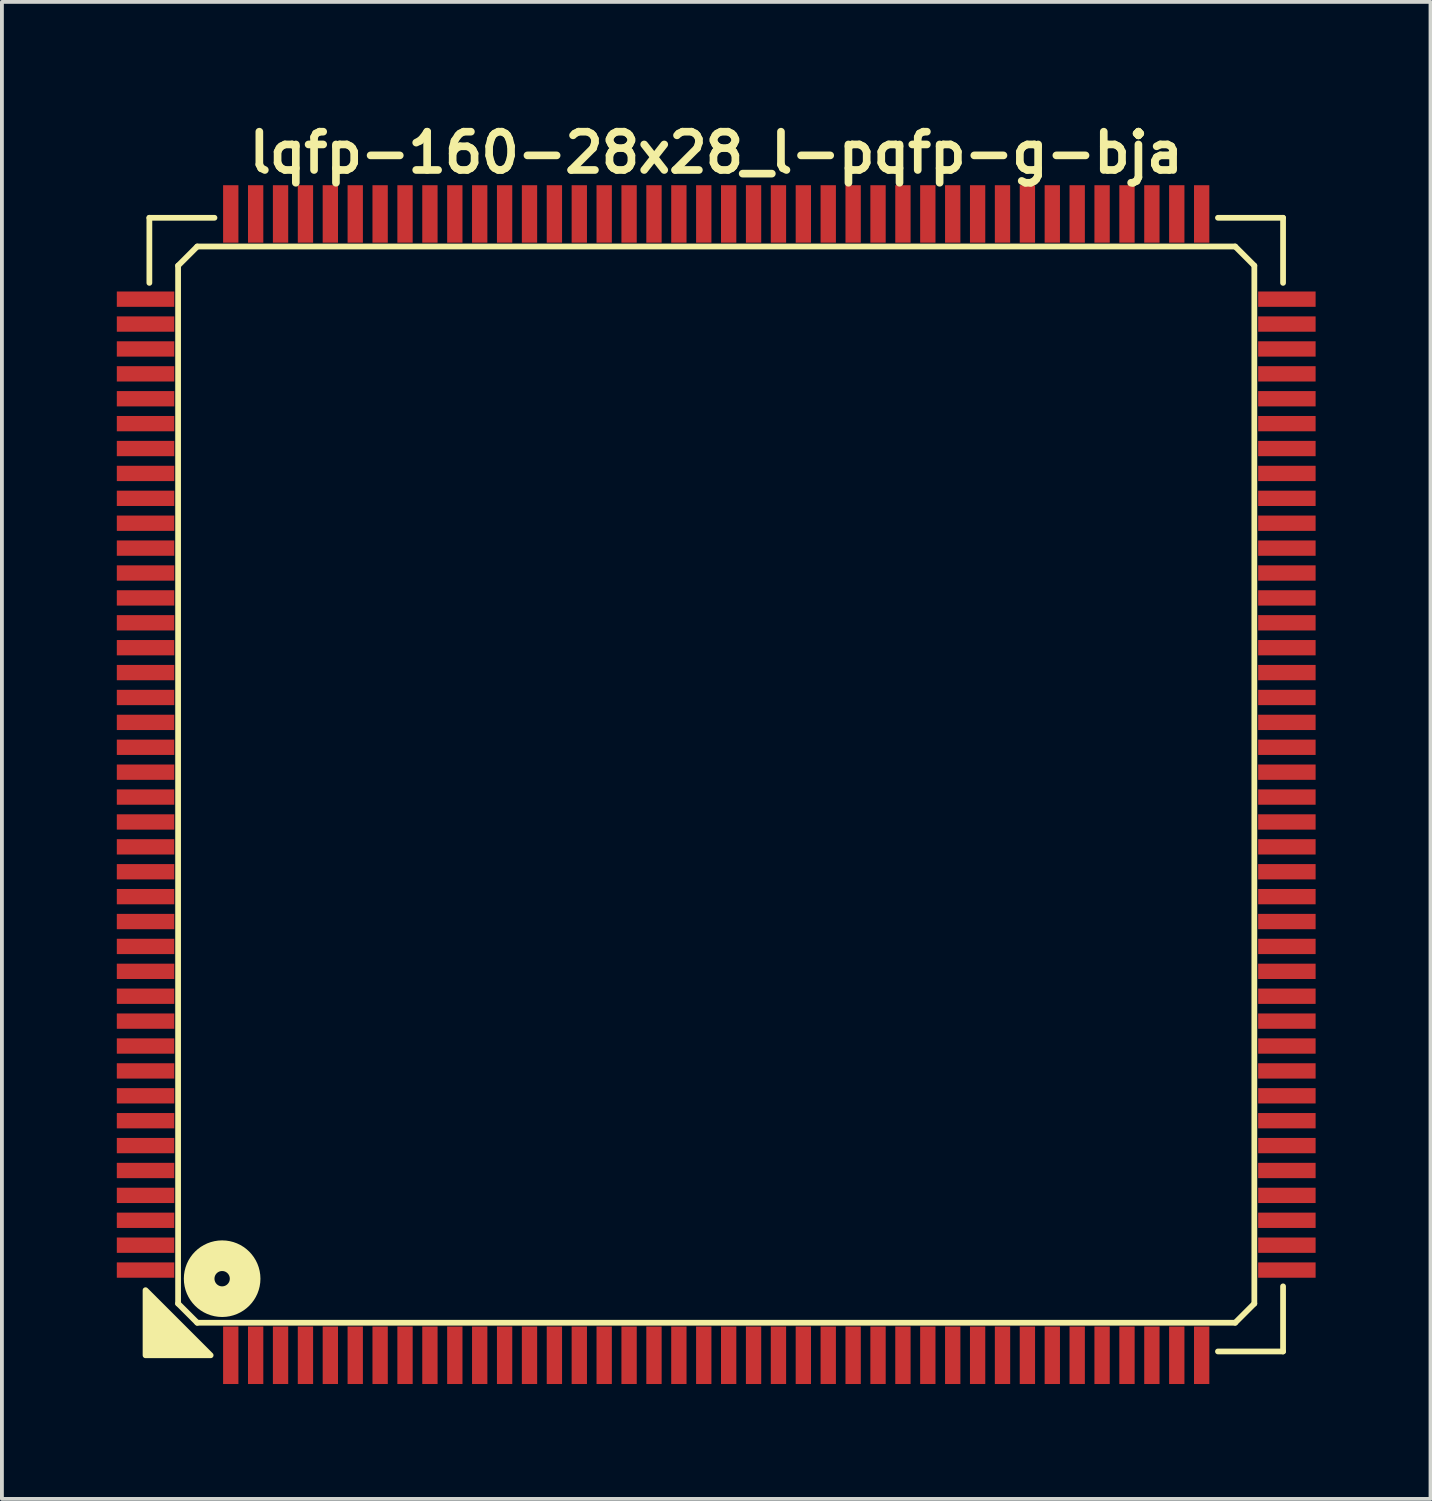
<source format=kicad_pcb>
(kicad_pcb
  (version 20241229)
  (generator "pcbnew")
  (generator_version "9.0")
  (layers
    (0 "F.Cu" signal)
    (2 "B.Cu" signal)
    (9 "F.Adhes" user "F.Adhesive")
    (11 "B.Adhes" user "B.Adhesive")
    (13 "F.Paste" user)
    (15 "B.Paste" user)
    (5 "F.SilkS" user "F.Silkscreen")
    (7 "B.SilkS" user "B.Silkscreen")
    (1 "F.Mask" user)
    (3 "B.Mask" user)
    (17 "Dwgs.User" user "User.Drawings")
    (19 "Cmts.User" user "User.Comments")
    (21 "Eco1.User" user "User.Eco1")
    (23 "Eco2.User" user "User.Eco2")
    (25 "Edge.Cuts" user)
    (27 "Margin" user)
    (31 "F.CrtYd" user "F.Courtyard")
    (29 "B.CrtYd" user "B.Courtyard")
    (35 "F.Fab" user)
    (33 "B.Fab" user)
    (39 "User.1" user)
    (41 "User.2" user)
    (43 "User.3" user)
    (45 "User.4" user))
  (footprint "lqfp-160-28x28_l-pqfp-g-bja"
    (layer "F.Cu")
    (at 15.65 17.436)
    (property "Reference" "lqfp-160-28x28_l-pqfp-g-bja" (at 0 -16.5 0) (layer "F.SilkS") (effects (font (size 1 1) (thickness 0.2))))
    (attr smd)
    (fp_line (start -14.8 -14.8) (end -13.1 -14.8) (stroke (width 0.15) (type solid)) (layer "F.SilkS"))
    (fp_line (start -14.8 -13.1) (end -14.8 -14.8) (stroke (width 0.15) (type solid)) (layer "F.SilkS"))
    (fp_line (start -14.05 -13.55) (end -13.55 -14.05) (stroke (width 0.15) (type solid)) (layer "F.SilkS"))
    (fp_line (start -14.05 13.55) (end -14.05 -13.55) (stroke (width 0.15) (type solid)) (layer "F.SilkS"))
    (fp_line (start -13.55 -14.05) (end 13.55 -14.05) (stroke (width 0.15) (type solid)) (layer "F.SilkS"))
    (fp_line (start -13.55 14.05) (end -14.05 13.55) (stroke (width 0.15) (type solid)) (layer "F.SilkS"))
    (fp_line (start 13.1 -14.8) (end 14.8 -14.8) (stroke (width 0.15) (type solid)) (layer "F.SilkS"))
    (fp_line (start 13.55 -14.05) (end 14.05 -13.55) (stroke (width 0.15) (type solid)) (layer "F.SilkS"))
    (fp_line (start 13.55 14.05) (end -13.55 14.05) (stroke (width 0.15) (type solid)) (layer "F.SilkS"))
    (fp_line (start 14.05 -13.55) (end 14.05 13.55) (stroke (width 0.15) (type solid)) (layer "F.SilkS"))
    (fp_line (start 14.05 13.55) (end 13.55 14.05) (stroke (width 0.15) (type solid)) (layer "F.SilkS"))
    (fp_line (start 14.8 -14.8) (end 14.8 -13.1) (stroke (width 0.15) (type solid)) (layer "F.SilkS"))
    (fp_line (start 14.8 13.1) (end 14.8 14.8) (stroke (width 0.15) (type solid)) (layer "F.SilkS"))
    (fp_line (start 14.8 14.8) (end 13.1 14.8) (stroke (width 0.15) (type solid)) (layer "F.SilkS"))
    (fp_circle (center -12.9 12.9) (end -12.7 12.9) (stroke (width 0.8) (type solid)) (fill no) (layer "F.SilkS"))
    (fp_poly (pts (xy -13.2 14.9) (xy -14.9 14.9) (xy -14.9 13.2)) (stroke (width 0.15) (type solid)) (fill yes) (layer "F.SilkS"))
    (pad "1" smd rect (at -12.675 14.9) (size 0.4 1.5) (layers "F.Cu" "F.Mask" "F.Paste"))
    (pad "2" smd rect (at -12.025 14.9) (size 0.4 1.5) (layers "F.Cu" "F.Mask" "F.Paste"))
    (pad "3" smd rect (at -11.375 14.9) (size 0.4 1.5) (layers "F.Cu" "F.Mask" "F.Paste"))
    (pad "4" smd rect (at -10.725 14.9) (size 0.4 1.5) (layers "F.Cu" "F.Mask" "F.Paste"))
    (pad "5" smd rect (at -10.075 14.9) (size 0.4 1.5) (layers "F.Cu" "F.Mask" "F.Paste"))
    (pad "6" smd rect (at -9.425 14.9) (size 0.4 1.5) (layers "F.Cu" "F.Mask" "F.Paste"))
    (pad "7" smd rect (at -8.775 14.9) (size 0.4 1.5) (layers "F.Cu" "F.Mask" "F.Paste"))
    (pad "8" smd rect (at -8.125 14.9) (size 0.4 1.5) (layers "F.Cu" "F.Mask" "F.Paste"))
    (pad "9" smd rect (at -7.475 14.9) (size 0.4 1.5) (layers "F.Cu" "F.Mask" "F.Paste"))
    (pad "10" smd rect (at -6.825 14.9) (size 0.4 1.5) (layers "F.Cu" "F.Mask" "F.Paste"))
    (pad "11" smd rect (at -6.175 14.9) (size 0.4 1.5) (layers "F.Cu" "F.Mask" "F.Paste"))
    (pad "12" smd rect (at -5.525 14.9) (size 0.4 1.5) (layers "F.Cu" "F.Mask" "F.Paste"))
    (pad "13" smd rect (at -4.875 14.9) (size 0.4 1.5) (layers "F.Cu" "F.Mask" "F.Paste"))
    (pad "14" smd rect (at -4.225 14.9) (size 0.4 1.5) (layers "F.Cu" "F.Mask" "F.Paste"))
    (pad "15" smd rect (at -3.575 14.9) (size 0.4 1.5) (layers "F.Cu" "F.Mask" "F.Paste"))
    (pad "16" smd rect (at -2.925 14.9) (size 0.4 1.5) (layers "F.Cu" "F.Mask" "F.Paste"))
    (pad "17" smd rect (at -2.275 14.9) (size 0.4 1.5) (layers "F.Cu" "F.Mask" "F.Paste"))
    (pad "18" smd rect (at -1.625 14.9) (size 0.4 1.5) (layers "F.Cu" "F.Mask" "F.Paste"))
    (pad "19" smd rect (at -0.975 14.9) (size 0.4 1.5) (layers "F.Cu" "F.Mask" "F.Paste"))
    (pad "20" smd rect (at -0.325 14.9) (size 0.4 1.5) (layers "F.Cu" "F.Mask" "F.Paste"))
    (pad "21" smd rect (at 0.325 14.9) (size 0.4 1.5) (layers "F.Cu" "F.Mask" "F.Paste"))
    (pad "22" smd rect (at 0.975 14.9) (size 0.4 1.5) (layers "F.Cu" "F.Mask" "F.Paste"))
    (pad "23" smd rect (at 1.625 14.9) (size 0.4 1.5) (layers "F.Cu" "F.Mask" "F.Paste"))
    (pad "24" smd rect (at 2.275 14.9) (size 0.4 1.5) (layers "F.Cu" "F.Mask" "F.Paste"))
    (pad "25" smd rect (at 2.925 14.9) (size 0.4 1.5) (layers "F.Cu" "F.Mask" "F.Paste"))
    (pad "26" smd rect (at 3.575 14.9) (size 0.4 1.5) (layers "F.Cu" "F.Mask" "F.Paste"))
    (pad "27" smd rect (at 4.225 14.9) (size 0.4 1.5) (layers "F.Cu" "F.Mask" "F.Paste"))
    (pad "28" smd rect (at 4.875 14.9) (size 0.4 1.5) (layers "F.Cu" "F.Mask" "F.Paste"))
    (pad "29" smd rect (at 5.525 14.9) (size 0.4 1.5) (layers "F.Cu" "F.Mask" "F.Paste"))
    (pad "30" smd rect (at 6.175 14.9) (size 0.4 1.5) (layers "F.Cu" "F.Mask" "F.Paste"))
    (pad "31" smd rect (at 6.825 14.9) (size 0.4 1.5) (layers "F.Cu" "F.Mask" "F.Paste"))
    (pad "32" smd rect (at 7.475 14.9) (size 0.4 1.5) (layers "F.Cu" "F.Mask" "F.Paste"))
    (pad "33" smd rect (at 8.125 14.9) (size 0.4 1.5) (layers "F.Cu" "F.Mask" "F.Paste"))
    (pad "34" smd rect (at 8.775 14.9) (size 0.4 1.5) (layers "F.Cu" "F.Mask" "F.Paste"))
    (pad "35" smd rect (at 9.425 14.9) (size 0.4 1.5) (layers "F.Cu" "F.Mask" "F.Paste"))
    (pad "36" smd rect (at 10.075 14.9) (size 0.4 1.5) (layers "F.Cu" "F.Mask" "F.Paste"))
    (pad "37" smd rect (at 10.725 14.9) (size 0.4 1.5) (layers "F.Cu" "F.Mask" "F.Paste"))
    (pad "38" smd rect (at 11.375 14.9) (size 0.4 1.5) (layers "F.Cu" "F.Mask" "F.Paste"))
    (pad "39" smd rect (at 12.025 14.9) (size 0.4 1.5) (layers "F.Cu" "F.Mask" "F.Paste"))
    (pad "40" smd rect (at 12.675 14.9) (size 0.4 1.5) (layers "F.Cu" "F.Mask" "F.Paste"))
    (pad "41" smd rect (at 14.9 12.675) (size 1.5 0.4) (layers "F.Cu" "F.Mask" "F.Paste"))
    (pad "42" smd rect (at 14.9 12.025) (size 1.5 0.4) (layers "F.Cu" "F.Mask" "F.Paste"))
    (pad "43" smd rect (at 14.9 11.375) (size 1.5 0.4) (layers "F.Cu" "F.Mask" "F.Paste"))
    (pad "44" smd rect (at 14.9 10.725) (size 1.5 0.4) (layers "F.Cu" "F.Mask" "F.Paste"))
    (pad "45" smd rect (at 14.9 10.075) (size 1.5 0.4) (layers "F.Cu" "F.Mask" "F.Paste"))
    (pad "46" smd rect (at 14.9 9.425) (size 1.5 0.4) (layers "F.Cu" "F.Mask" "F.Paste"))
    (pad "47" smd rect (at 14.9 8.775) (size 1.5 0.4) (layers "F.Cu" "F.Mask" "F.Paste"))
    (pad "48" smd rect (at 14.9 8.125) (size 1.5 0.4) (layers "F.Cu" "F.Mask" "F.Paste"))
    (pad "49" smd rect (at 14.9 7.475) (size 1.5 0.4) (layers "F.Cu" "F.Mask" "F.Paste"))
    (pad "50" smd rect (at 14.9 6.825) (size 1.5 0.4) (layers "F.Cu" "F.Mask" "F.Paste"))
    (pad "51" smd rect (at 14.9 6.175) (size 1.5 0.4) (layers "F.Cu" "F.Mask" "F.Paste"))
    (pad "52" smd rect (at 14.9 5.525) (size 1.5 0.4) (layers "F.Cu" "F.Mask" "F.Paste"))
    (pad "53" smd rect (at 14.9 4.875) (size 1.5 0.4) (layers "F.Cu" "F.Mask" "F.Paste"))
    (pad "54" smd rect (at 14.9 4.225) (size 1.5 0.4) (layers "F.Cu" "F.Mask" "F.Paste"))
    (pad "55" smd rect (at 14.9 3.575) (size 1.5 0.4) (layers "F.Cu" "F.Mask" "F.Paste"))
    (pad "56" smd rect (at 14.9 2.925) (size 1.5 0.4) (layers "F.Cu" "F.Mask" "F.Paste"))
    (pad "57" smd rect (at 14.9 2.275) (size 1.5 0.4) (layers "F.Cu" "F.Mask" "F.Paste"))
    (pad "58" smd rect (at 14.9 1.625) (size 1.5 0.4) (layers "F.Cu" "F.Mask" "F.Paste"))
    (pad "59" smd rect (at 14.9 0.975) (size 1.5 0.4) (layers "F.Cu" "F.Mask" "F.Paste"))
    (pad "60" smd rect (at 14.9 0.325) (size 1.5 0.4) (layers "F.Cu" "F.Mask" "F.Paste"))
    (pad "61" smd rect (at 14.9 -0.325) (size 1.5 0.4) (layers "F.Cu" "F.Mask" "F.Paste"))
    (pad "62" smd rect (at 14.9 -0.975) (size 1.5 0.4) (layers "F.Cu" "F.Mask" "F.Paste"))
    (pad "63" smd rect (at 14.9 -1.625) (size 1.5 0.4) (layers "F.Cu" "F.Mask" "F.Paste"))
    (pad "64" smd rect (at 14.9 -2.275) (size 1.5 0.4) (layers "F.Cu" "F.Mask" "F.Paste"))
    (pad "65" smd rect (at 14.9 -2.925) (size 1.5 0.4) (layers "F.Cu" "F.Mask" "F.Paste"))
    (pad "66" smd rect (at 14.9 -3.575) (size 1.5 0.4) (layers "F.Cu" "F.Mask" "F.Paste"))
    (pad "67" smd rect (at 14.9 -4.225) (size 1.5 0.4) (layers "F.Cu" "F.Mask" "F.Paste"))
    (pad "68" smd rect (at 14.9 -4.875) (size 1.5 0.4) (layers "F.Cu" "F.Mask" "F.Paste"))
    (pad "69" smd rect (at 14.9 -5.525) (size 1.5 0.4) (layers "F.Cu" "F.Mask" "F.Paste"))
    (pad "70" smd rect (at 14.9 -6.175) (size 1.5 0.4) (layers "F.Cu" "F.Mask" "F.Paste"))
    (pad "71" smd rect (at 14.9 -6.825) (size 1.5 0.4) (layers "F.Cu" "F.Mask" "F.Paste"))
    (pad "72" smd rect (at 14.9 -7.475) (size 1.5 0.4) (layers "F.Cu" "F.Mask" "F.Paste"))
    (pad "73" smd rect (at 14.9 -8.125) (size 1.5 0.4) (layers "F.Cu" "F.Mask" "F.Paste"))
    (pad "74" smd rect (at 14.9 -8.775) (size 1.5 0.4) (layers "F.Cu" "F.Mask" "F.Paste"))
    (pad "75" smd rect (at 14.9 -9.425) (size 1.5 0.4) (layers "F.Cu" "F.Mask" "F.Paste"))
    (pad "76" smd rect (at 14.9 -10.075) (size 1.5 0.4) (layers "F.Cu" "F.Mask" "F.Paste"))
    (pad "77" smd rect (at 14.9 -10.725) (size 1.5 0.4) (layers "F.Cu" "F.Mask" "F.Paste"))
    (pad "78" smd rect (at 14.9 -11.375) (size 1.5 0.4) (layers "F.Cu" "F.Mask" "F.Paste"))
    (pad "79" smd rect (at 14.9 -12.025) (size 1.5 0.4) (layers "F.Cu" "F.Mask" "F.Paste"))
    (pad "80" smd rect (at 14.9 -12.675) (size 1.5 0.4) (layers "F.Cu" "F.Mask" "F.Paste"))
    (pad "81" smd rect (at 12.675 -14.9) (size 0.4 1.5) (layers "F.Cu" "F.Mask" "F.Paste"))
    (pad "82" smd rect (at 12.025 -14.9) (size 0.4 1.5) (layers "F.Cu" "F.Mask" "F.Paste"))
    (pad "83" smd rect (at 11.375 -14.9) (size 0.4 1.5) (layers "F.Cu" "F.Mask" "F.Paste"))
    (pad "84" smd rect (at 10.725 -14.9) (size 0.4 1.5) (layers "F.Cu" "F.Mask" "F.Paste"))
    (pad "85" smd rect (at 10.075 -14.9) (size 0.4 1.5) (layers "F.Cu" "F.Mask" "F.Paste"))
    (pad "86" smd rect (at 9.425 -14.9) (size 0.4 1.5) (layers "F.Cu" "F.Mask" "F.Paste"))
    (pad "87" smd rect (at 8.775 -14.9) (size 0.4 1.5) (layers "F.Cu" "F.Mask" "F.Paste"))
    (pad "88" smd rect (at 8.125 -14.9) (size 0.4 1.5) (layers "F.Cu" "F.Mask" "F.Paste"))
    (pad "89" smd rect (at 7.475 -14.9) (size 0.4 1.5) (layers "F.Cu" "F.Mask" "F.Paste"))
    (pad "90" smd rect (at 6.825 -14.9) (size 0.4 1.5) (layers "F.Cu" "F.Mask" "F.Paste"))
    (pad "91" smd rect (at 6.175 -14.9) (size 0.4 1.5) (layers "F.Cu" "F.Mask" "F.Paste"))
    (pad "92" smd rect (at 5.525 -14.9) (size 0.4 1.5) (layers "F.Cu" "F.Mask" "F.Paste"))
    (pad "93" smd rect (at 4.875 -14.9) (size 0.4 1.5) (layers "F.Cu" "F.Mask" "F.Paste"))
    (pad "94" smd rect (at 4.225 -14.9) (size 0.4 1.5) (layers "F.Cu" "F.Mask" "F.Paste"))
    (pad "95" smd rect (at 3.575 -14.9) (size 0.4 1.5) (layers "F.Cu" "F.Mask" "F.Paste"))
    (pad "96" smd rect (at 2.925 -14.9) (size 0.4 1.5) (layers "F.Cu" "F.Mask" "F.Paste"))
    (pad "97" smd rect (at 2.275 -14.9) (size 0.4 1.5) (layers "F.Cu" "F.Mask" "F.Paste"))
    (pad "98" smd rect (at 1.625 -14.9) (size 0.4 1.5) (layers "F.Cu" "F.Mask" "F.Paste"))
    (pad "99" smd rect (at 0.975 -14.9) (size 0.4 1.5) (layers "F.Cu" "F.Mask" "F.Paste"))
    (pad "100" smd rect (at 0.325 -14.9) (size 0.4 1.5) (layers "F.Cu" "F.Mask" "F.Paste"))
    (pad "101" smd rect (at -0.325 -14.9) (size 0.4 1.5) (layers "F.Cu" "F.Mask" "F.Paste"))
    (pad "102" smd rect (at -0.975 -14.9) (size 0.4 1.5) (layers "F.Cu" "F.Mask" "F.Paste"))
    (pad "103" smd rect (at -1.625 -14.9) (size 0.4 1.5) (layers "F.Cu" "F.Mask" "F.Paste"))
    (pad "104" smd rect (at -2.275 -14.9) (size 0.4 1.5) (layers "F.Cu" "F.Mask" "F.Paste"))
    (pad "105" smd rect (at -2.925 -14.9) (size 0.4 1.5) (layers "F.Cu" "F.Mask" "F.Paste"))
    (pad "106" smd rect (at -3.575 -14.9) (size 0.4 1.5) (layers "F.Cu" "F.Mask" "F.Paste"))
    (pad "107" smd rect (at -4.225 -14.9) (size 0.4 1.5) (layers "F.Cu" "F.Mask" "F.Paste"))
    (pad "108" smd rect (at -4.875 -14.9) (size 0.4 1.5) (layers "F.Cu" "F.Mask" "F.Paste"))
    (pad "109" smd rect (at -5.525 -14.9) (size 0.4 1.5) (layers "F.Cu" "F.Mask" "F.Paste"))
    (pad "110" smd rect (at -6.175 -14.9) (size 0.4 1.5) (layers "F.Cu" "F.Mask" "F.Paste"))
    (pad "111" smd rect (at -6.825 -14.9) (size 0.4 1.5) (layers "F.Cu" "F.Mask" "F.Paste"))
    (pad "112" smd rect (at -7.475 -14.9) (size 0.4 1.5) (layers "F.Cu" "F.Mask" "F.Paste"))
    (pad "113" smd rect (at -8.125 -14.9) (size 0.4 1.5) (layers "F.Cu" "F.Mask" "F.Paste"))
    (pad "114" smd rect (at -8.775 -14.9) (size 0.4 1.5) (layers "F.Cu" "F.Mask" "F.Paste"))
    (pad "115" smd rect (at -9.425 -14.9) (size 0.4 1.5) (layers "F.Cu" "F.Mask" "F.Paste"))
    (pad "116" smd rect (at -10.075 -14.9) (size 0.4 1.5) (layers "F.Cu" "F.Mask" "F.Paste"))
    (pad "117" smd rect (at -10.725 -14.9) (size 0.4 1.5) (layers "F.Cu" "F.Mask" "F.Paste"))
    (pad "118" smd rect (at -11.375 -14.9) (size 0.4 1.5) (layers "F.Cu" "F.Mask" "F.Paste"))
    (pad "119" smd rect (at -12.025 -14.9) (size 0.4 1.5) (layers "F.Cu" "F.Mask" "F.Paste"))
    (pad "120" smd rect (at -12.675 -14.9) (size 0.4 1.5) (layers "F.Cu" "F.Mask" "F.Paste"))
    (pad "121" smd rect (at -14.9 -12.675) (size 1.5 0.4) (layers "F.Cu" "F.Mask" "F.Paste"))
    (pad "122" smd rect (at -14.9 -12.025) (size 1.5 0.4) (layers "F.Cu" "F.Mask" "F.Paste"))
    (pad "123" smd rect (at -14.9 -11.375) (size 1.5 0.4) (layers "F.Cu" "F.Mask" "F.Paste"))
    (pad "124" smd rect (at -14.9 -10.725) (size 1.5 0.4) (layers "F.Cu" "F.Mask" "F.Paste"))
    (pad "125" smd rect (at -14.9 -10.075) (size 1.5 0.4) (layers "F.Cu" "F.Mask" "F.Paste"))
    (pad "126" smd rect (at -14.9 -9.425) (size 1.5 0.4) (layers "F.Cu" "F.Mask" "F.Paste"))
    (pad "127" smd rect (at -14.9 -8.775) (size 1.5 0.4) (layers "F.Cu" "F.Mask" "F.Paste"))
    (pad "128" smd rect (at -14.9 -8.125) (size 1.5 0.4) (layers "F.Cu" "F.Mask" "F.Paste"))
    (pad "129" smd rect (at -14.9 -7.475) (size 1.5 0.4) (layers "F.Cu" "F.Mask" "F.Paste"))
    (pad "130" smd rect (at -14.9 -6.825) (size 1.5 0.4) (layers "F.Cu" "F.Mask" "F.Paste"))
    (pad "131" smd rect (at -14.9 -6.175) (size 1.5 0.4) (layers "F.Cu" "F.Mask" "F.Paste"))
    (pad "132" smd rect (at -14.9 -5.525) (size 1.5 0.4) (layers "F.Cu" "F.Mask" "F.Paste"))
    (pad "133" smd rect (at -14.9 -4.875) (size 1.5 0.4) (layers "F.Cu" "F.Mask" "F.Paste"))
    (pad "134" smd rect (at -14.9 -4.225) (size 1.5 0.4) (layers "F.Cu" "F.Mask" "F.Paste"))
    (pad "135" smd rect (at -14.9 -3.575) (size 1.5 0.4) (layers "F.Cu" "F.Mask" "F.Paste"))
    (pad "136" smd rect (at -14.9 -2.925) (size 1.5 0.4) (layers "F.Cu" "F.Mask" "F.Paste"))
    (pad "137" smd rect (at -14.9 -2.275) (size 1.5 0.4) (layers "F.Cu" "F.Mask" "F.Paste"))
    (pad "138" smd rect (at -14.9 -1.625) (size 1.5 0.4) (layers "F.Cu" "F.Mask" "F.Paste"))
    (pad "139" smd rect (at -14.9 -0.975) (size 1.5 0.4) (layers "F.Cu" "F.Mask" "F.Paste"))
    (pad "140" smd rect (at -14.9 -0.325) (size 1.5 0.4) (layers "F.Cu" "F.Mask" "F.Paste"))
    (pad "141" smd rect (at -14.9 0.325) (size 1.5 0.4) (layers "F.Cu" "F.Mask" "F.Paste"))
    (pad "142" smd rect (at -14.9 0.975) (size 1.5 0.4) (layers "F.Cu" "F.Mask" "F.Paste"))
    (pad "143" smd rect (at -14.9 1.625) (size 1.5 0.4) (layers "F.Cu" "F.Mask" "F.Paste"))
    (pad "144" smd rect (at -14.9 2.275) (size 1.5 0.4) (layers "F.Cu" "F.Mask" "F.Paste"))
    (pad "145" smd rect (at -14.9 2.925) (size 1.5 0.4) (layers "F.Cu" "F.Mask" "F.Paste"))
    (pad "146" smd rect (at -14.9 3.575) (size 1.5 0.4) (layers "F.Cu" "F.Mask" "F.Paste"))
    (pad "147" smd rect (at -14.9 4.225) (size 1.5 0.4) (layers "F.Cu" "F.Mask" "F.Paste"))
    (pad "148" smd rect (at -14.9 4.875) (size 1.5 0.4) (layers "F.Cu" "F.Mask" "F.Paste"))
    (pad "149" smd rect (at -14.9 5.525) (size 1.5 0.4) (layers "F.Cu" "F.Mask" "F.Paste"))
    (pad "150" smd rect (at -14.9 6.175) (size 1.5 0.4) (layers "F.Cu" "F.Mask" "F.Paste"))
    (pad "151" smd rect (at -14.9 6.825) (size 1.5 0.4) (layers "F.Cu" "F.Mask" "F.Paste"))
    (pad "152" smd rect (at -14.9 7.475) (size 1.5 0.4) (layers "F.Cu" "F.Mask" "F.Paste"))
    (pad "153" smd rect (at -14.9 8.125) (size 1.5 0.4) (layers "F.Cu" "F.Mask" "F.Paste"))
    (pad "154" smd rect (at -14.9 8.775) (size 1.5 0.4) (layers "F.Cu" "F.Mask" "F.Paste"))
    (pad "155" smd rect (at -14.9 9.425) (size 1.5 0.4) (layers "F.Cu" "F.Mask" "F.Paste"))
    (pad "156" smd rect (at -14.9 10.075) (size 1.5 0.4) (layers "F.Cu" "F.Mask" "F.Paste"))
    (pad "157" smd rect (at -14.9 10.725) (size 1.5 0.4) (layers "F.Cu" "F.Mask" "F.Paste"))
    (pad "158" smd rect (at -14.9 11.375) (size 1.5 0.4) (layers "F.Cu" "F.Mask" "F.Paste"))
    (pad "159" smd rect (at -14.9 12.025) (size 1.5 0.4) (layers "F.Cu" "F.Mask" "F.Paste"))
    (pad "160" smd rect (at -14.9 12.675) (size 1.5 0.4) (layers "F.Cu" "F.Mask" "F.Paste")))
  (gr_rect
    (start -3 -3)
    (end 34.3 36.086)
    (stroke (width 0.1) (type default))
    (fill no)
    (layer "Edge.Cuts")))
</source>
